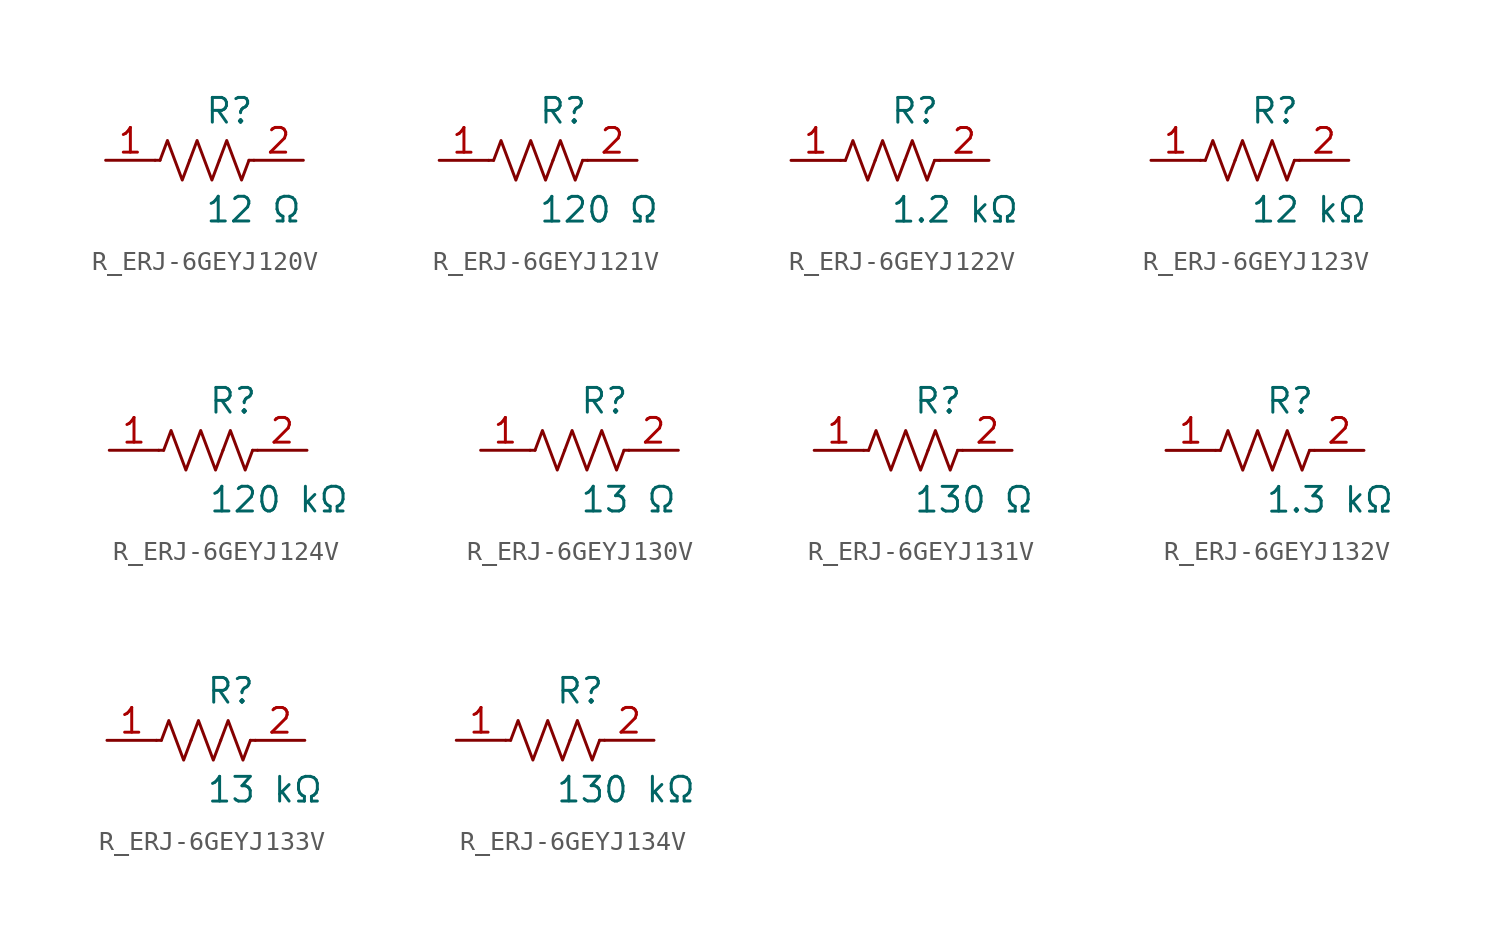
<source format=kicad_sym>
(kicad_symbol_lib
  (version 20231120)
  (generator kicad_symbol_editor)
  (generator_version 8.0)
  (symbol "R_ERJ-6GEYJ120V"
    (pin_names
      (offset 0.254))
    (property "Reference" "R"
      (at 0.0 2.54 0)
      (effects (font (size 1.27 1.27)) (justify left)))
    (property "Value" "12 Ω"
      (at 0.0 -2.54 0)
      (effects (font (size 1.27 1.27)) (justify left)))
    (symbol "R_ERJ-6GEYJ120V_0_1"
      (polyline (pts (xy 2.286 0) (xy 2.54 0)) (stroke (width 0) (type default)) (fill (type none)))
      (polyline (pts (xy -2.286 0) (xy -2.54 0)) (stroke (width 0) (type default)) (fill (type none)))
      (polyline (pts (xy 0.762 0) (xy 1.143 1.016) (xy 1.524 0) (xy 1.905 -1.016) (xy 2.286 0)) (stroke (width 0) (type default)) (fill (type none)))
      (polyline (pts (xy -0.762 0) (xy -0.381 1.016) (xy 0 0) (xy 0.381 -1.016) (xy 0.762 0)) (stroke (width 0) (type default)) (fill (type none)))
      (polyline (pts (xy -2.286 0) (xy -1.905 1.016) (xy -1.524 0) (xy -1.143 -1.016) (xy -0.762 0)) (stroke (width 0) (type default)) (fill (type none))))
    (pin unspecified line
      (at -5.08 0 0)
      (length 2.54)
      (name "" (effects (font (size 1.27 1.27))))
      (number "1" (effects (font (size 1.27 1.27)))))
    (pin unspecified line
      (at 5.08 0 180)
      (length 2.54)
      (name "" (effects (font (size 1.27 1.27))))
      (number "2" (effects (font (size 1.27 1.27))))))
  (symbol "R_ERJ-6GEYJ121V"
    (pin_names
      (offset 0.254))
    (property "Reference" "R"
      (at 0.0 2.54 0)
      (effects (font (size 1.27 1.27)) (justify left)))
    (property "Value" "120 Ω"
      (at 0.0 -2.54 0)
      (effects (font (size 1.27 1.27)) (justify left)))
    (symbol "R_ERJ-6GEYJ121V_0_1"
      (polyline (pts (xy 2.286 0) (xy 2.54 0)) (stroke (width 0) (type default)) (fill (type none)))
      (polyline (pts (xy -2.286 0) (xy -2.54 0)) (stroke (width 0) (type default)) (fill (type none)))
      (polyline (pts (xy 0.762 0) (xy 1.143 1.016) (xy 1.524 0) (xy 1.905 -1.016) (xy 2.286 0)) (stroke (width 0) (type default)) (fill (type none)))
      (polyline (pts (xy -0.762 0) (xy -0.381 1.016) (xy 0 0) (xy 0.381 -1.016) (xy 0.762 0)) (stroke (width 0) (type default)) (fill (type none)))
      (polyline (pts (xy -2.286 0) (xy -1.905 1.016) (xy -1.524 0) (xy -1.143 -1.016) (xy -0.762 0)) (stroke (width 0) (type default)) (fill (type none))))
    (pin unspecified line
      (at -5.08 0 0)
      (length 2.54)
      (name "" (effects (font (size 1.27 1.27))))
      (number "1" (effects (font (size 1.27 1.27)))))
    (pin unspecified line
      (at 5.08 0 180)
      (length 2.54)
      (name "" (effects (font (size 1.27 1.27))))
      (number "2" (effects (font (size 1.27 1.27))))))
  (symbol "R_ERJ-6GEYJ122V"
    (pin_names
      (offset 0.254))
    (property "Reference" "R"
      (at 0.0 2.54 0)
      (effects (font (size 1.27 1.27)) (justify left)))
    (property "Value" "1.2 kΩ"
      (at 0.0 -2.54 0)
      (effects (font (size 1.27 1.27)) (justify left)))
    (symbol "R_ERJ-6GEYJ122V_0_1"
      (polyline (pts (xy 2.286 0) (xy 2.54 0)) (stroke (width 0) (type default)) (fill (type none)))
      (polyline (pts (xy -2.286 0) (xy -2.54 0)) (stroke (width 0) (type default)) (fill (type none)))
      (polyline (pts (xy 0.762 0) (xy 1.143 1.016) (xy 1.524 0) (xy 1.905 -1.016) (xy 2.286 0)) (stroke (width 0) (type default)) (fill (type none)))
      (polyline (pts (xy -0.762 0) (xy -0.381 1.016) (xy 0 0) (xy 0.381 -1.016) (xy 0.762 0)) (stroke (width 0) (type default)) (fill (type none)))
      (polyline (pts (xy -2.286 0) (xy -1.905 1.016) (xy -1.524 0) (xy -1.143 -1.016) (xy -0.762 0)) (stroke (width 0) (type default)) (fill (type none))))
    (pin unspecified line
      (at -5.08 0 0)
      (length 2.54)
      (name "" (effects (font (size 1.27 1.27))))
      (number "1" (effects (font (size 1.27 1.27)))))
    (pin unspecified line
      (at 5.08 0 180)
      (length 2.54)
      (name "" (effects (font (size 1.27 1.27))))
      (number "2" (effects (font (size 1.27 1.27))))))
  (symbol "R_ERJ-6GEYJ123V"
    (pin_names
      (offset 0.254))
    (property "Reference" "R"
      (at 0.0 2.54 0)
      (effects (font (size 1.27 1.27)) (justify left)))
    (property "Value" "12 kΩ"
      (at 0.0 -2.54 0)
      (effects (font (size 1.27 1.27)) (justify left)))
    (symbol "R_ERJ-6GEYJ123V_0_1"
      (polyline (pts (xy 2.286 0) (xy 2.54 0)) (stroke (width 0) (type default)) (fill (type none)))
      (polyline (pts (xy -2.286 0) (xy -2.54 0)) (stroke (width 0) (type default)) (fill (type none)))
      (polyline (pts (xy 0.762 0) (xy 1.143 1.016) (xy 1.524 0) (xy 1.905 -1.016) (xy 2.286 0)) (stroke (width 0) (type default)) (fill (type none)))
      (polyline (pts (xy -0.762 0) (xy -0.381 1.016) (xy 0 0) (xy 0.381 -1.016) (xy 0.762 0)) (stroke (width 0) (type default)) (fill (type none)))
      (polyline (pts (xy -2.286 0) (xy -1.905 1.016) (xy -1.524 0) (xy -1.143 -1.016) (xy -0.762 0)) (stroke (width 0) (type default)) (fill (type none))))
    (pin unspecified line
      (at -5.08 0 0)
      (length 2.54)
      (name "" (effects (font (size 1.27 1.27))))
      (number "1" (effects (font (size 1.27 1.27)))))
    (pin unspecified line
      (at 5.08 0 180)
      (length 2.54)
      (name "" (effects (font (size 1.27 1.27))))
      (number "2" (effects (font (size 1.27 1.27))))))
  (symbol "R_ERJ-6GEYJ124V"
    (pin_names
      (offset 0.254))
    (property "Reference" "R"
      (at 0.0 2.54 0)
      (effects (font (size 1.27 1.27)) (justify left)))
    (property "Value" "120 kΩ"
      (at 0.0 -2.54 0)
      (effects (font (size 1.27 1.27)) (justify left)))
    (symbol "R_ERJ-6GEYJ124V_0_1"
      (polyline (pts (xy 2.286 0) (xy 2.54 0)) (stroke (width 0) (type default)) (fill (type none)))
      (polyline (pts (xy -2.286 0) (xy -2.54 0)) (stroke (width 0) (type default)) (fill (type none)))
      (polyline (pts (xy 0.762 0) (xy 1.143 1.016) (xy 1.524 0) (xy 1.905 -1.016) (xy 2.286 0)) (stroke (width 0) (type default)) (fill (type none)))
      (polyline (pts (xy -0.762 0) (xy -0.381 1.016) (xy 0 0) (xy 0.381 -1.016) (xy 0.762 0)) (stroke (width 0) (type default)) (fill (type none)))
      (polyline (pts (xy -2.286 0) (xy -1.905 1.016) (xy -1.524 0) (xy -1.143 -1.016) (xy -0.762 0)) (stroke (width 0) (type default)) (fill (type none))))
    (pin unspecified line
      (at -5.08 0 0)
      (length 2.54)
      (name "" (effects (font (size 1.27 1.27))))
      (number "1" (effects (font (size 1.27 1.27)))))
    (pin unspecified line
      (at 5.08 0 180)
      (length 2.54)
      (name "" (effects (font (size 1.27 1.27))))
      (number "2" (effects (font (size 1.27 1.27))))))
  (symbol "R_ERJ-6GEYJ130V"
    (pin_names
      (offset 0.254))
    (property "Reference" "R"
      (at 0.0 2.54 0)
      (effects (font (size 1.27 1.27)) (justify left)))
    (property "Value" "13 Ω"
      (at 0.0 -2.54 0)
      (effects (font (size 1.27 1.27)) (justify left)))
    (symbol "R_ERJ-6GEYJ130V_0_1"
      (polyline (pts (xy 2.286 0) (xy 2.54 0)) (stroke (width 0) (type default)) (fill (type none)))
      (polyline (pts (xy -2.286 0) (xy -2.54 0)) (stroke (width 0) (type default)) (fill (type none)))
      (polyline (pts (xy 0.762 0) (xy 1.143 1.016) (xy 1.524 0) (xy 1.905 -1.016) (xy 2.286 0)) (stroke (width 0) (type default)) (fill (type none)))
      (polyline (pts (xy -0.762 0) (xy -0.381 1.016) (xy 0 0) (xy 0.381 -1.016) (xy 0.762 0)) (stroke (width 0) (type default)) (fill (type none)))
      (polyline (pts (xy -2.286 0) (xy -1.905 1.016) (xy -1.524 0) (xy -1.143 -1.016) (xy -0.762 0)) (stroke (width 0) (type default)) (fill (type none))))
    (pin unspecified line
      (at -5.08 0 0)
      (length 2.54)
      (name "" (effects (font (size 1.27 1.27))))
      (number "1" (effects (font (size 1.27 1.27)))))
    (pin unspecified line
      (at 5.08 0 180)
      (length 2.54)
      (name "" (effects (font (size 1.27 1.27))))
      (number "2" (effects (font (size 1.27 1.27))))))
  (symbol "R_ERJ-6GEYJ131V"
    (pin_names
      (offset 0.254))
    (property "Reference" "R"
      (at 0.0 2.54 0)
      (effects (font (size 1.27 1.27)) (justify left)))
    (property "Value" "130 Ω"
      (at 0.0 -2.54 0)
      (effects (font (size 1.27 1.27)) (justify left)))
    (symbol "R_ERJ-6GEYJ131V_0_1"
      (polyline (pts (xy 2.286 0) (xy 2.54 0)) (stroke (width 0) (type default)) (fill (type none)))
      (polyline (pts (xy -2.286 0) (xy -2.54 0)) (stroke (width 0) (type default)) (fill (type none)))
      (polyline (pts (xy 0.762 0) (xy 1.143 1.016) (xy 1.524 0) (xy 1.905 -1.016) (xy 2.286 0)) (stroke (width 0) (type default)) (fill (type none)))
      (polyline (pts (xy -0.762 0) (xy -0.381 1.016) (xy 0 0) (xy 0.381 -1.016) (xy 0.762 0)) (stroke (width 0) (type default)) (fill (type none)))
      (polyline (pts (xy -2.286 0) (xy -1.905 1.016) (xy -1.524 0) (xy -1.143 -1.016) (xy -0.762 0)) (stroke (width 0) (type default)) (fill (type none))))
    (pin unspecified line
      (at -5.08 0 0)
      (length 2.54)
      (name "" (effects (font (size 1.27 1.27))))
      (number "1" (effects (font (size 1.27 1.27)))))
    (pin unspecified line
      (at 5.08 0 180)
      (length 2.54)
      (name "" (effects (font (size 1.27 1.27))))
      (number "2" (effects (font (size 1.27 1.27))))))
  (symbol "R_ERJ-6GEYJ132V"
    (pin_names
      (offset 0.254))
    (property "Reference" "R"
      (at 0.0 2.54 0)
      (effects (font (size 1.27 1.27)) (justify left)))
    (property "Value" "1.3 kΩ"
      (at 0.0 -2.54 0)
      (effects (font (size 1.27 1.27)) (justify left)))
    (symbol "R_ERJ-6GEYJ132V_0_1"
      (polyline (pts (xy 2.286 0) (xy 2.54 0)) (stroke (width 0) (type default)) (fill (type none)))
      (polyline (pts (xy -2.286 0) (xy -2.54 0)) (stroke (width 0) (type default)) (fill (type none)))
      (polyline (pts (xy 0.762 0) (xy 1.143 1.016) (xy 1.524 0) (xy 1.905 -1.016) (xy 2.286 0)) (stroke (width 0) (type default)) (fill (type none)))
      (polyline (pts (xy -0.762 0) (xy -0.381 1.016) (xy 0 0) (xy 0.381 -1.016) (xy 0.762 0)) (stroke (width 0) (type default)) (fill (type none)))
      (polyline (pts (xy -2.286 0) (xy -1.905 1.016) (xy -1.524 0) (xy -1.143 -1.016) (xy -0.762 0)) (stroke (width 0) (type default)) (fill (type none))))
    (pin unspecified line
      (at -5.08 0 0)
      (length 2.54)
      (name "" (effects (font (size 1.27 1.27))))
      (number "1" (effects (font (size 1.27 1.27)))))
    (pin unspecified line
      (at 5.08 0 180)
      (length 2.54)
      (name "" (effects (font (size 1.27 1.27))))
      (number "2" (effects (font (size 1.27 1.27))))))
  (symbol "R_ERJ-6GEYJ133V"
    (pin_names
      (offset 0.254))
    (property "Reference" "R"
      (at 0.0 2.54 0)
      (effects (font (size 1.27 1.27)) (justify left)))
    (property "Value" "13 kΩ"
      (at 0.0 -2.54 0)
      (effects (font (size 1.27 1.27)) (justify left)))
    (symbol "R_ERJ-6GEYJ133V_0_1"
      (polyline (pts (xy 2.286 0) (xy 2.54 0)) (stroke (width 0) (type default)) (fill (type none)))
      (polyline (pts (xy -2.286 0) (xy -2.54 0)) (stroke (width 0) (type default)) (fill (type none)))
      (polyline (pts (xy 0.762 0) (xy 1.143 1.016) (xy 1.524 0) (xy 1.905 -1.016) (xy 2.286 0)) (stroke (width 0) (type default)) (fill (type none)))
      (polyline (pts (xy -0.762 0) (xy -0.381 1.016) (xy 0 0) (xy 0.381 -1.016) (xy 0.762 0)) (stroke (width 0) (type default)) (fill (type none)))
      (polyline (pts (xy -2.286 0) (xy -1.905 1.016) (xy -1.524 0) (xy -1.143 -1.016) (xy -0.762 0)) (stroke (width 0) (type default)) (fill (type none))))
    (pin unspecified line
      (at -5.08 0 0)
      (length 2.54)
      (name "" (effects (font (size 1.27 1.27))))
      (number "1" (effects (font (size 1.27 1.27)))))
    (pin unspecified line
      (at 5.08 0 180)
      (length 2.54)
      (name "" (effects (font (size 1.27 1.27))))
      (number "2" (effects (font (size 1.27 1.27))))))
  (symbol "R_ERJ-6GEYJ134V"
    (pin_names
      (offset 0.254))
    (property "Reference" "R"
      (at 0.0 2.54 0)
      (effects (font (size 1.27 1.27)) (justify left)))
    (property "Value" "130 kΩ"
      (at 0.0 -2.54 0)
      (effects (font (size 1.27 1.27)) (justify left)))
    (symbol "R_ERJ-6GEYJ134V_0_1"
      (polyline (pts (xy 2.286 0) (xy 2.54 0)) (stroke (width 0) (type default)) (fill (type none)))
      (polyline (pts (xy -2.286 0) (xy -2.54 0)) (stroke (width 0) (type default)) (fill (type none)))
      (polyline (pts (xy 0.762 0) (xy 1.143 1.016) (xy 1.524 0) (xy 1.905 -1.016) (xy 2.286 0)) (stroke (width 0) (type default)) (fill (type none)))
      (polyline (pts (xy -0.762 0) (xy -0.381 1.016) (xy 0 0) (xy 0.381 -1.016) (xy 0.762 0)) (stroke (width 0) (type default)) (fill (type none)))
      (polyline (pts (xy -2.286 0) (xy -1.905 1.016) (xy -1.524 0) (xy -1.143 -1.016) (xy -0.762 0)) (stroke (width 0) (type default)) (fill (type none))))
    (pin unspecified line
      (at -5.08 0 0)
      (length 2.54)
      (name "" (effects (font (size 1.27 1.27))))
      (number "1" (effects (font (size 1.27 1.27)))))
    (pin unspecified line
      (at 5.08 0 180)
      (length 2.54)
      (name "" (effects (font (size 1.27 1.27))))
      (number "2" (effects (font (size 1.27 1.27)))))))
</source>
